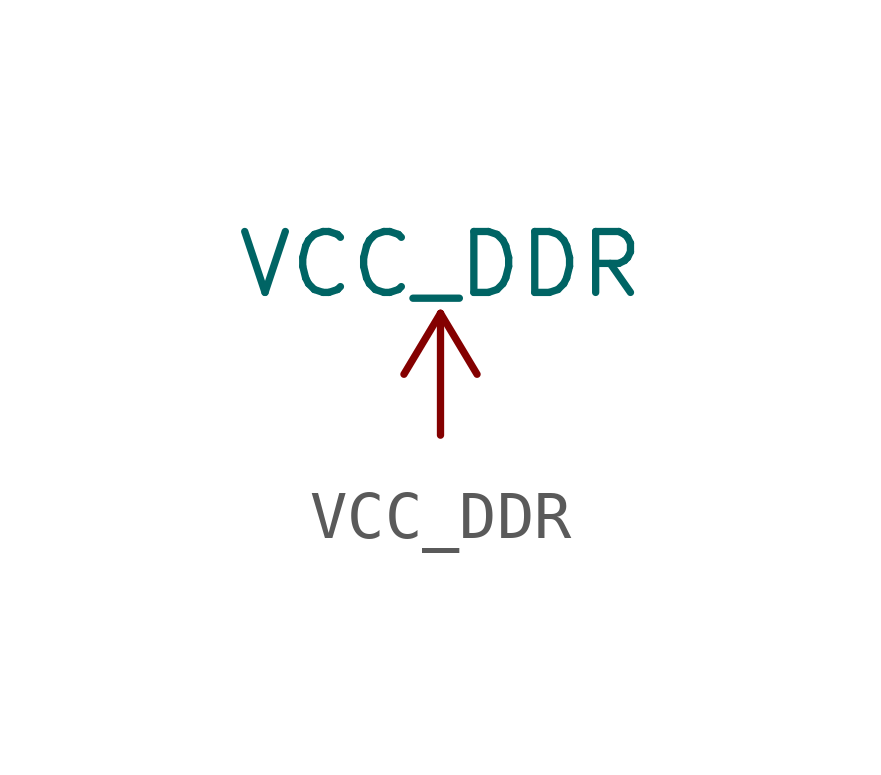
<source format=kicad_sym>
(kicad_symbol_lib
  (version 20220914)
  (generator kicad_symbol_editor)
  (symbol "VCC_DDR"
    (power)
    (pin_names
      (offset 0))
    (property "Reference" "#PWR"
      (at 0 -3.81 0)
      (effects (font (size 1.27 1.27)) hide))
    (property "Value" "VCC_DDR"
      (at 0 3.556 0)
      (effects (font (size 1.27 1.27))))
    (symbol "VCC_DDR_0_1"
      (polyline (pts (xy -0.762 1.27) (xy 0 2.54)) (stroke (width 0) (type default)) (fill (type none)))
      (polyline (pts (xy 0 0) (xy 0 2.54)) (stroke (width 0) (type default)) (fill (type none)))
      (polyline (pts (xy 0 2.54) (xy 0.762 1.27)) (stroke (width 0) (type default)) (fill (type none))))
    (symbol "VCC_DDR_1_1"
      (pin power_in line (at 0 0 90) (length 0) hide (name "VCC_DDR" (effects (font (size 1.27 1.27)))) (number "1" (effects (font (size 1.27 1.27))))))))
</source>
